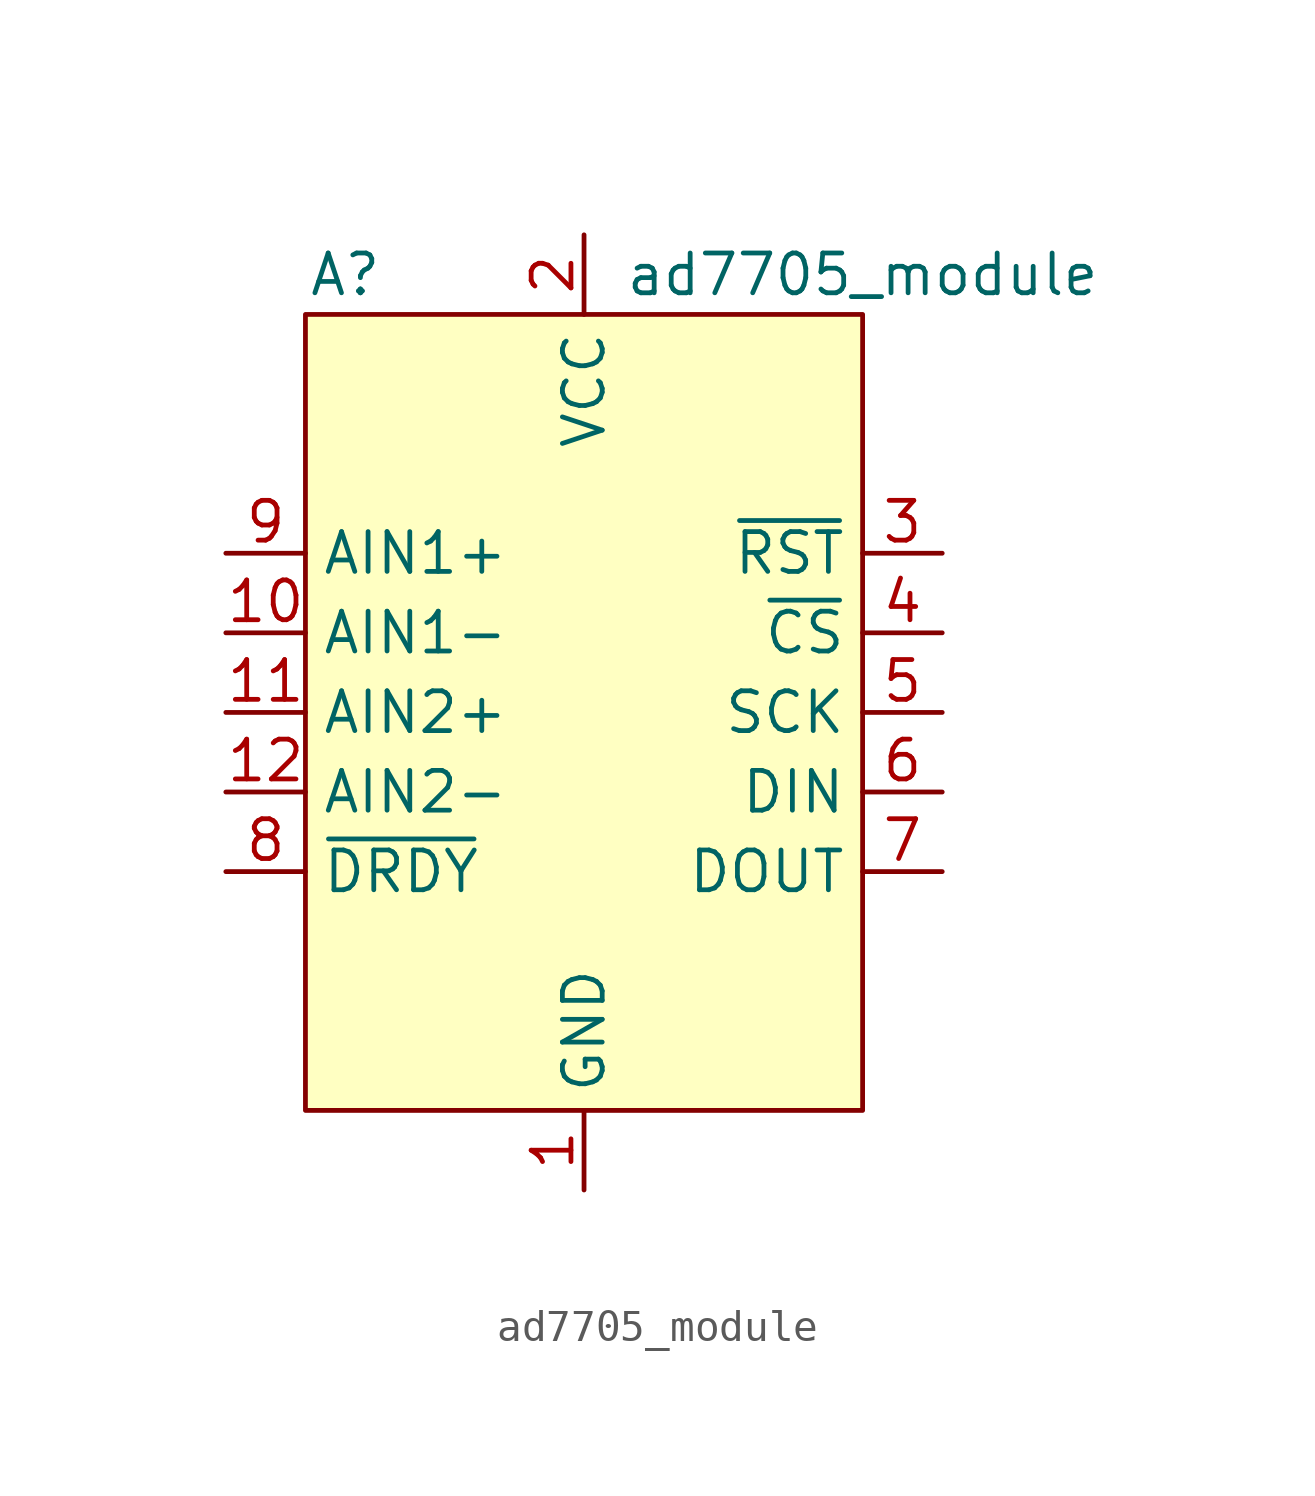
<source format=kicad_sym>
(kicad_symbol_lib
  (version 20200126)
  (host kicad_symbol_editor "(5.99.0-2364-g42a2f1346)")
  (symbol "ad7705_module:ad7705_module"
    (property "Reference" "A"
      (at -7.62 12.7 0)
      (effects (font (size 1.27 1.27))))
    (property "Value" "ad7705_module"
      (at 8.89 12.7 0)
      (effects (font (size 1.27 1.27))))
    (symbol "ad7705_module_0_1"
      (rectangle (start -8.89 11.43) (end 8.89 -13.97) (stroke (width 0)) (fill (type background))))
    (symbol "ad7705_module_1_1"
      (pin power_in line (at 0 -16.51 90) (length 2.54) (name "GND" (effects (font (size 1.27 1.27)))) (number "1" (effects (font (size 1.27 1.27)))))
      (pin input line (at -11.43 1.27 0) (length 2.54) (name "AIN1-" (effects (font (size 1.27 1.27)))) (number "10" (effects (font (size 1.27 1.27)))))
      (pin input line (at -11.43 -1.27 0) (length 2.54) (name "AIN2+" (effects (font (size 1.27 1.27)))) (number "11" (effects (font (size 1.27 1.27)))))
      (pin input line (at -11.43 -3.81 0) (length 2.54) (name "AIN2-" (effects (font (size 1.27 1.27)))) (number "12" (effects (font (size 1.27 1.27)))))
      (pin power_in line (at 0 13.97 270) (length 2.54) (name "VCC" (effects (font (size 1.27 1.27)))) (number "2" (effects (font (size 1.27 1.27)))))
      (pin input line (at 11.43 3.81 180) (length 2.54) (name "~RST" (effects (font (size 1.27 1.27)))) (number "3" (effects (font (size 1.27 1.27)))))
      (pin input line (at 11.43 1.27 180) (length 2.54) (name "~CS" (effects (font (size 1.27 1.27)))) (number "4" (effects (font (size 1.27 1.27)))))
      (pin input line (at 11.43 -1.27 180) (length 2.54) (name "SCK" (effects (font (size 1.27 1.27)))) (number "5" (effects (font (size 1.27 1.27)))))
      (pin input line (at 11.43 -3.81 180) (length 2.54) (name "DIN" (effects (font (size 1.27 1.27)))) (number "6" (effects (font (size 1.27 1.27)))))
      (pin output line (at 11.43 -6.35 180) (length 2.54) (name "DOUT" (effects (font (size 1.27 1.27)))) (number "7" (effects (font (size 1.27 1.27)))))
      (pin output line (at -11.43 -6.35 0) (length 2.54) (name "~DRDY" (effects (font (size 1.27 1.27)))) (number "8" (effects (font (size 1.27 1.27)))))
      (pin input line (at -11.43 3.81 0) (length 2.54) (name "AIN1+" (effects (font (size 1.27 1.27)))) (number "9" (effects (font (size 1.27 1.27))))))))
</source>
